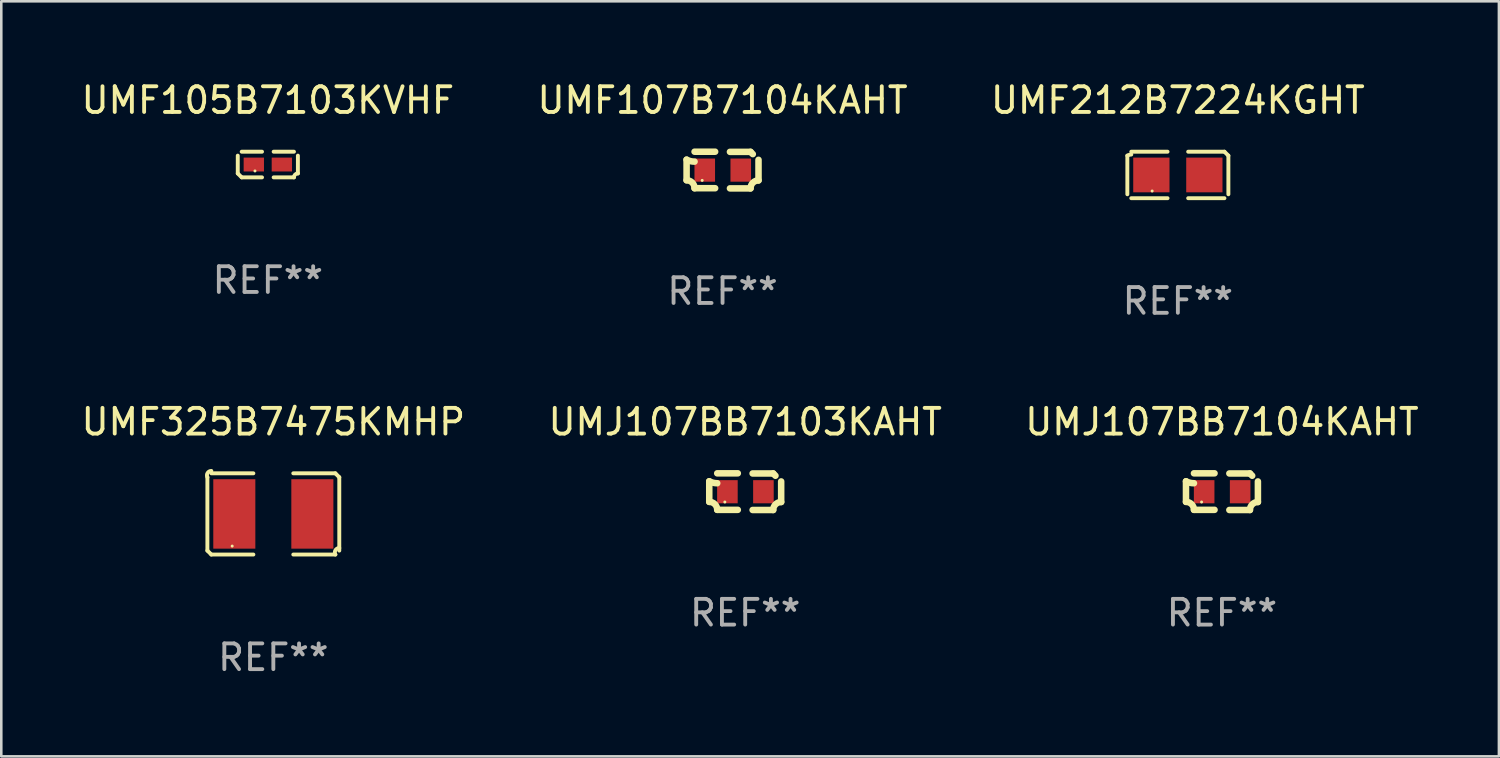
<source format=kicad_pcb>
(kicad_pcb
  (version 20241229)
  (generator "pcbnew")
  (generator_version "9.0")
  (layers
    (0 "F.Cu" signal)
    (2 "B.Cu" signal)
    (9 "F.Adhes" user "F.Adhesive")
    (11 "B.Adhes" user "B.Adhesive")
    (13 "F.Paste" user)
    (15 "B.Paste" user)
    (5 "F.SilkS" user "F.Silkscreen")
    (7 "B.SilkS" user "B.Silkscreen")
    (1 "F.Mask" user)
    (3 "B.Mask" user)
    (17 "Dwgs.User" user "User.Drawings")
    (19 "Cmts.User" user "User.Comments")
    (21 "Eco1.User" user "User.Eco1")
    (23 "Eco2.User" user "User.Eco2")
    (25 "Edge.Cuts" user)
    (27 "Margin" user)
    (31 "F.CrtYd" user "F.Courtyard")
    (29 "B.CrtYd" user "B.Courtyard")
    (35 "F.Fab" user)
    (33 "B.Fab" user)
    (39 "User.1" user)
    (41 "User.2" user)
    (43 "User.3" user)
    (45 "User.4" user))
  (footprint "UMJ107BB7103KAHT"
    (layer "F.Cu")
    (at 25.923 16.065)
    (property "Reference" "UMJ107BB7103KAHT" (at 0 -2.713 0) (layer "F.SilkS") (effects (font (size 1 1) (thickness 0.15))))
    (attr through_hole)
    (fp_line (start -1.398 -0.403) (end -1.398 0.397) (stroke (width 0.254) (type solid)) (layer "F.SilkS"))
    (fp_line (start -0.288 -0.713) (end -1.088 -0.713) (stroke (width 0.254) (type solid)) (layer "F.SilkS"))
    (fp_line (start -0.288 0.707) (end -1.088 0.707) (stroke (width 0.254) (type solid)) (layer "F.SilkS"))
    (fp_line (start 0.288 -0.707) (end 1.088 -0.707) (stroke (width 0.254) (type solid)) (layer "F.SilkS"))
    (fp_line (start 0.288 0.713) (end 1.088 0.713) (stroke (width 0.254) (type solid)) (layer "F.SilkS"))
    (fp_line (start 1.398 -0.397) (end 1.398 0.403) (stroke (width 0.254) (type solid)) (layer "F.SilkS"))
    (fp_arc (start -1.397789 0.397066) (mid -1.178701 0.487826) (end -1.08796 0.706922) (stroke (width 0.254001) (type solid)) (layer "F.SilkS"))
    (fp_arc (start -1.08796 -0.327176) (mid -1.247436 -0.346384) (end -1.39779 -0.402908) (stroke (width 0.254001) (type solid)) (layer "F.SilkS"))
    (fp_arc (start 1.087909 0.712738) (mid 1.178656 0.493655) (end 1.397739 0.402908) (stroke (width 0.254001) (type solid)) (layer "F.SilkS"))
    (fp_arc (start 1.175925 -0.618926) (mid 1.131917 -0.662923) (end 1.08791 -0.706922) (stroke (width 0.254001) (type solid)) (layer "F.SilkS"))
    (fp_circle (center -0.792 0.403) (end -0.762 0.403) (stroke (width 0.06) (type solid)) (fill no) (layer "F.SilkS"))
    (fp_text user "REF**" (at 0 4.713 0) (layer "F.Fab") (effects (font (size 1 1) (thickness 0.15))))
    (pad "1" smd rect (at -0.692 0.003) (size 0.8 0.9) (layers "F.Cu" "F.Mask" "F.Paste"))
    (pad "2" smd rect (at 0.708 0.003) (size 0.8 0.9) (layers "F.Cu" "F.Mask" "F.Paste")))
  (footprint "UMF107B7104KAHT"
    (layer "F.Cu")
    (at 25.042 3.561)
    (property "Reference" "UMF107B7104KAHT" (at 0 -2.713 0) (layer "F.SilkS") (effects (font (size 1 1) (thickness 0.15))))
    (attr through_hole)
    (fp_line (start -1.398 -0.403) (end -1.398 0.397) (stroke (width 0.254) (type solid)) (layer "F.SilkS"))
    (fp_line (start -0.288 -0.713) (end -1.088 -0.713) (stroke (width 0.254) (type solid)) (layer "F.SilkS"))
    (fp_line (start -0.288 0.707) (end -1.088 0.707) (stroke (width 0.254) (type solid)) (layer "F.SilkS"))
    (fp_line (start 0.288 -0.707) (end 1.088 -0.707) (stroke (width 0.254) (type solid)) (layer "F.SilkS"))
    (fp_line (start 0.288 0.713) (end 1.088 0.713) (stroke (width 0.254) (type solid)) (layer "F.SilkS"))
    (fp_line (start 1.398 -0.397) (end 1.398 0.403) (stroke (width 0.254) (type solid)) (layer "F.SilkS"))
    (fp_arc (start -1.397789 0.397066) (mid -1.178701 0.487826) (end -1.08796 0.706922) (stroke (width 0.254001) (type solid)) (layer "F.SilkS"))
    (fp_arc (start -1.08796 -0.327176) (mid -1.247436 -0.346384) (end -1.39779 -0.402908) (stroke (width 0.254001) (type solid)) (layer "F.SilkS"))
    (fp_arc (start 1.087909 0.712738) (mid 1.178656 0.493655) (end 1.397739 0.402908) (stroke (width 0.254001) (type solid)) (layer "F.SilkS"))
    (fp_arc (start 1.175925 -0.618926) (mid 1.131917 -0.662923) (end 1.08791 -0.706922) (stroke (width 0.254001) (type solid)) (layer "F.SilkS"))
    (fp_circle (center -0.792 0.403) (end -0.762 0.403) (stroke (width 0.06) (type solid)) (fill no) (layer "F.SilkS"))
    (fp_text user "REF**" (at 0 4.713 0) (layer "F.Fab") (effects (font (size 1 1) (thickness 0.15))))
    (pad "1" smd rect (at -0.692 0.003) (size 0.8 0.9) (layers "F.Cu" "F.Mask" "F.Paste"))
    (pad "2" smd rect (at 0.708 0.003) (size 0.8 0.9) (layers "F.Cu" "F.Mask" "F.Paste")))
  (footprint "UMF105B7103KVHF"
    (layer "F.Cu")
    (at 7.363 3.347)
    (property "Reference" "UMF105B7103KVHF" (at 0 -2.499 0) (layer "F.SilkS") (effects (font (size 1 1) (thickness 0.15))))
    (attr through_hole)
    (fp_line (start -1.169 0.346) (end -1.169 -0.346) (stroke (width 0.152) (type solid)) (layer "F.SilkS"))
    (fp_line (start -1.016 -0.499) (end -0.226 -0.499) (stroke (width 0.152) (type solid)) (layer "F.SilkS"))
    (fp_line (start -0.226 0.499) (end -1.016 0.499) (stroke (width 0.152) (type solid)) (layer "F.SilkS"))
    (fp_line (start 0.226 0.499) (end 1.016 0.499) (stroke (width 0.152) (type solid)) (layer "F.SilkS"))
    (fp_line (start 1.016 -0.499) (end 0.226 -0.499) (stroke (width 0.152) (type solid)) (layer "F.SilkS"))
    (fp_line (start 1.169 0.346) (end 1.169 -0.346) (stroke (width 0.152) (type solid)) (layer "F.SilkS"))
    (fp_arc (start -1.016307 0.498603) (mid -1.092512 0.422405) (end -1.16871 0.3462) (stroke (width 0.1524) (type solid)) (layer "F.SilkS"))
    (fp_arc (start 1.016307 0.498603) (mid 1.060899 0.390758) (end 1.168707 0.346076) (stroke (width 0.1524) (type solid)) (layer "F.SilkS"))
    (fp_circle (center -0.5 0.25) (end -0.47 0.25) (stroke (width 0.06) (type solid)) (fill no) (layer "F.SilkS"))
    (fp_text user "REF**" (at 0 4.499 0) (layer "F.Fab") (effects (font (size 1 1) (thickness 0.15))))
    (pad "1" smd rect (at -0.545 0) (size 0.79 0.54) (layers "F.Cu" "F.Mask" "F.Paste"))
    (pad "2" smd rect (at 0.545 0) (size 0.79 0.54) (layers "F.Cu" "F.Mask" "F.Paste")))
  (footprint "UMF212B7224KGHT"
    (layer "F.Cu")
    (at 42.744 3.752)
    (property "Reference" "UMF212B7224KGHT" (at 0 -2.904 0) (layer "F.SilkS") (effects (font (size 1 1) (thickness 0.15))))
    (attr through_hole)
    (fp_line (start -1.964 0.751) (end -1.964 -0.751) (stroke (width 0.152) (type solid)) (layer "F.SilkS"))
    (fp_line (start -1.811 -0.904) (end -0.401 -0.904) (stroke (width 0.152) (type solid)) (layer "F.SilkS"))
    (fp_line (start -0.401 0.904) (end -1.811 0.904) (stroke (width 0.152) (type solid)) (layer "F.SilkS"))
    (fp_line (start 0.401 0.904) (end 1.811 0.904) (stroke (width 0.152) (type solid)) (layer "F.SilkS"))
    (fp_line (start 1.811 -0.904) (end 0.401 -0.904) (stroke (width 0.152) (type solid)) (layer "F.SilkS"))
    (fp_line (start 1.964 0.751) (end 1.964 -0.751) (stroke (width 0.152) (type solid)) (layer "F.SilkS"))
    (fp_arc (start -1.963602 -0.751207) (mid -1.890354 -0.783131) (end -1.811201 -0.794044) (stroke (width 0.1524) (type solid)) (layer "F.SilkS"))
    (fp_arc (start 1.811202 -0.903607) (mid 1.887413 -0.827418) (end 1.963602 -0.751207) (stroke (width 0.1524) (type solid)) (layer "F.SilkS"))
    (fp_circle (center -1 0.625) (end -0.97 0.625) (stroke (width 0.06) (type solid)) (fill no) (layer "F.SilkS"))
    (fp_text user "REF**" (at 0 4.904 0) (layer "F.Fab") (effects (font (size 1 1) (thickness 0.15))))
    (pad "1" smd rect (at -1.03 0) (size 1.41 1.35) (layers "F.Cu" "F.Mask" "F.Paste"))
    (pad "2" smd rect (at 1.03 0) (size 1.41 1.35) (layers "F.Cu" "F.Mask" "F.Paste")))
  (footprint "UMF325B7475KMHP"
    (layer "F.Cu")
    (at 7.577 16.931)
    (property "Reference" "UMF325B7475KMHP" (at 0 -3.579 0) (layer "F.SilkS") (effects (font (size 1 1) (thickness 0.15))))
    (attr through_hole)
    (fp_line (start -2.564 1.426) (end -2.564 -1.426) (stroke (width 0.152) (type solid)) (layer "F.SilkS"))
    (fp_line (start -2.411 -1.579) (end -0.776 -1.579) (stroke (width 0.152) (type solid)) (layer "F.SilkS"))
    (fp_line (start -0.776 1.579) (end -2.411 1.579) (stroke (width 0.152) (type solid)) (layer "F.SilkS"))
    (fp_line (start 0.776 1.579) (end 2.411 1.579) (stroke (width 0.152) (type solid)) (layer "F.SilkS"))
    (fp_line (start 2.411 -1.579) (end 0.776 -1.579) (stroke (width 0.152) (type solid)) (layer "F.SilkS"))
    (fp_line (start 2.564 1.426) (end 2.564 -1.426) (stroke (width 0.152) (type solid)) (layer "F.SilkS"))
    (fp_arc (start -2.563602 -1.426213) (mid -2.555597 -1.591233) (end -2.411201 -1.671518) (stroke (width 0.1524) (type solid)) (layer "F.SilkS"))
    (fp_arc (start -2.5636 1.426214) (mid -2.487389 1.502402) (end -2.411201 1.578613) (stroke (width 0.1524) (type solid)) (layer "F.SilkS"))
    (fp_arc (start 2.411197 -1.578618) (mid 2.487403 -1.502419) (end 2.563602 -1.426213) (stroke (width 0.1524) (type solid)) (layer "F.SilkS"))
    (fp_arc (start 2.411201 1.578613) (mid 2.416214 1.409455) (end 2.563602 1.32629) (stroke (width 0.1524) (type solid)) (layer "F.SilkS"))
    (fp_circle (center -1.6 1.25) (end -1.57 1.25) (stroke (width 0.06) (type solid)) (fill no) (layer "F.SilkS"))
    (fp_text user "REF**" (at 0 5.579 0) (layer "F.Fab") (effects (font (size 1 1) (thickness 0.15))))
    (pad "1" smd rect (at -1.517 0) (size 1.635 2.7) (layers "F.Cu" "F.Mask" "F.Paste"))
    (pad "2" smd rect (at 1.517 0) (size 1.635 2.7) (layers "F.Cu" "F.Mask" "F.Paste")))
  (footprint "UMJ107BB7104KAHT"
    (layer "F.Cu")
    (at 44.458 16.065)
    (property "Reference" "UMJ107BB7104KAHT" (at 0 -2.713 0) (layer "F.SilkS") (effects (font (size 1 1) (thickness 0.15))))
    (attr through_hole)
    (fp_line (start -1.398 -0.403) (end -1.398 0.397) (stroke (width 0.254) (type solid)) (layer "F.SilkS"))
    (fp_line (start -0.288 -0.713) (end -1.088 -0.713) (stroke (width 0.254) (type solid)) (layer "F.SilkS"))
    (fp_line (start -0.288 0.707) (end -1.088 0.707) (stroke (width 0.254) (type solid)) (layer "F.SilkS"))
    (fp_line (start 0.288 -0.707) (end 1.088 -0.707) (stroke (width 0.254) (type solid)) (layer "F.SilkS"))
    (fp_line (start 0.288 0.713) (end 1.088 0.713) (stroke (width 0.254) (type solid)) (layer "F.SilkS"))
    (fp_line (start 1.398 -0.397) (end 1.398 0.403) (stroke (width 0.254) (type solid)) (layer "F.SilkS"))
    (fp_arc (start -1.397789 0.397066) (mid -1.178701 0.487826) (end -1.08796 0.706922) (stroke (width 0.254001) (type solid)) (layer "F.SilkS"))
    (fp_arc (start -1.08796 -0.327176) (mid -1.247436 -0.346384) (end -1.39779 -0.402908) (stroke (width 0.254001) (type solid)) (layer "F.SilkS"))
    (fp_arc (start 1.087909 0.712738) (mid 1.178656 0.493655) (end 1.397739 0.402908) (stroke (width 0.254001) (type solid)) (layer "F.SilkS"))
    (fp_arc (start 1.175925 -0.618926) (mid 1.131917 -0.662923) (end 1.08791 -0.706922) (stroke (width 0.254001) (type solid)) (layer "F.SilkS"))
    (fp_circle (center -0.792 0.403) (end -0.762 0.403) (stroke (width 0.06) (type solid)) (fill no) (layer "F.SilkS"))
    (fp_text user "REF**" (at 0 4.713 0) (layer "F.Fab") (effects (font (size 1 1) (thickness 0.15))))
    (pad "1" smd rect (at -0.692 0.003) (size 0.8 0.9) (layers "F.Cu" "F.Mask" "F.Paste"))
    (pad "2" smd rect (at 0.708 0.003) (size 0.8 0.9) (layers "F.Cu" "F.Mask" "F.Paste")))
  (gr_rect
    (start -3 -3)
    (end 55.226 26.357)
    (stroke (width 0.1) (type default))
    (fill no)
    (layer "Edge.Cuts")))
</source>
